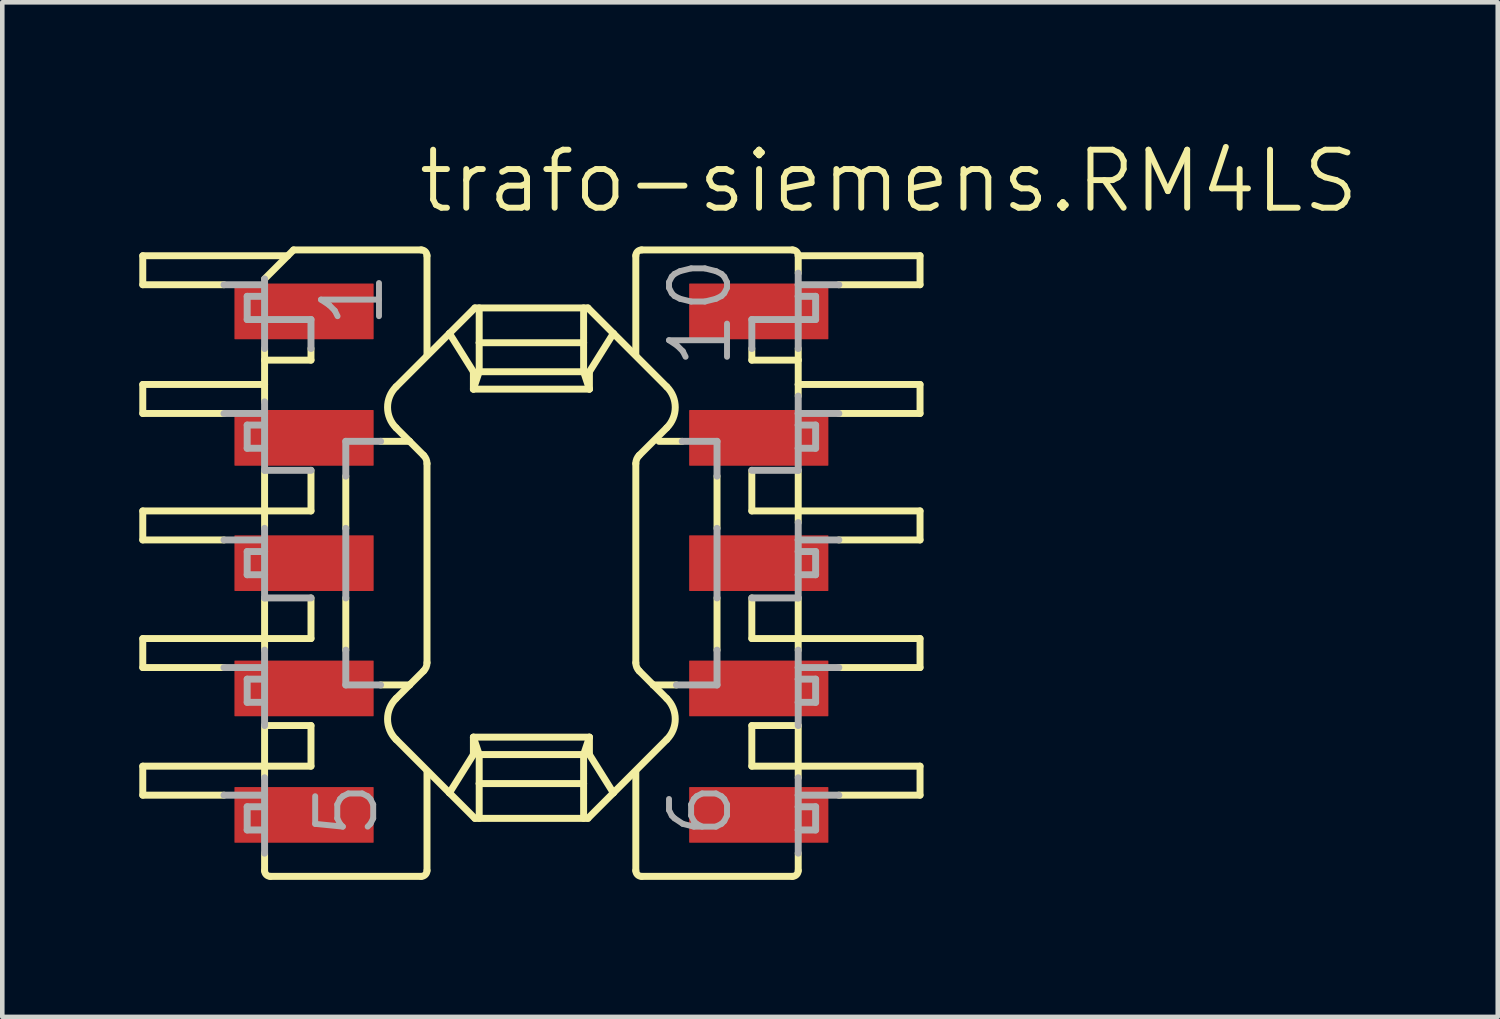
<source format=kicad_pcb>
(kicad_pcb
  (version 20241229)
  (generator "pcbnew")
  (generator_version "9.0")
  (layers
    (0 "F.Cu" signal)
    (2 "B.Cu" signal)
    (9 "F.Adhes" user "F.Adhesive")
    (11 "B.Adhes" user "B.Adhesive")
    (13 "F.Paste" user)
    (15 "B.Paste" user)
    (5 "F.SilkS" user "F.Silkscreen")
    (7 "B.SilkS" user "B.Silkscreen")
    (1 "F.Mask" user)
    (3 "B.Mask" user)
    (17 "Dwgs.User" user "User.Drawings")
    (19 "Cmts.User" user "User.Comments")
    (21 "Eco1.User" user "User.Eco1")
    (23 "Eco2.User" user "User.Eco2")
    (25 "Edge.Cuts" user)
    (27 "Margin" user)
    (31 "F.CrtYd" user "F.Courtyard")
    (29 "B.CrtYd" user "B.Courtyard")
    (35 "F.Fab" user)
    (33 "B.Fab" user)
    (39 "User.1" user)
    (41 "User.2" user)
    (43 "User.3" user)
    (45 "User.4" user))
  (footprint "trafo-siemens.RM4LS"
    (layer "F.Cu")
    (at 8.585 9.28)
    (property "Reference" "trafo-siemens.RM4LS" (at -2.54 -7.62 0) (layer "F.SilkS") (effects (font (size 1.27 1.27) (thickness 0.13)) (justify left bottom)))
    (attr smd)
    (fp_line (start -8.509 -6.731) (end -5.334 -6.731) (stroke (width 0.152) (type default)) (layer "F.SilkS"))
    (fp_line (start -8.509 -6.096) (end -8.509 -6.731) (stroke (width 0.152) (type default)) (layer "F.SilkS"))
    (fp_line (start -8.509 -6.096) (end -6.731 -6.096) (stroke (width 0.152) (type default)) (layer "F.SilkS"))
    (fp_line (start -8.509 -3.912) (end -5.842 -3.912) (stroke (width 0.152) (type default)) (layer "F.SilkS"))
    (fp_line (start -8.509 -3.277) (end -8.509 -3.912) (stroke (width 0.152) (type default)) (layer "F.SilkS"))
    (fp_line (start -8.509 -3.277) (end -6.731 -3.277) (stroke (width 0.152) (type default)) (layer "F.SilkS"))
    (fp_line (start -8.509 -1.143) (end -5.842 -1.143) (stroke (width 0.152) (type default)) (layer "F.SilkS"))
    (fp_line (start -8.509 -0.508) (end -8.509 -1.143) (stroke (width 0.152) (type default)) (layer "F.SilkS"))
    (fp_line (start -8.509 1.651) (end -5.842 1.651) (stroke (width 0.152) (type default)) (layer "F.SilkS"))
    (fp_line (start -8.509 2.286) (end -8.509 1.651) (stroke (width 0.152) (type default)) (layer "F.SilkS"))
    (fp_line (start -8.509 2.286) (end -6.731 2.286) (stroke (width 0.152) (type default)) (layer "F.SilkS"))
    (fp_line (start -8.509 4.445) (end -5.842 4.445) (stroke (width 0.152) (type default)) (layer "F.SilkS"))
    (fp_line (start -8.509 5.08) (end -8.509 4.445) (stroke (width 0.152) (type default)) (layer "F.SilkS"))
    (fp_line (start -8.509 5.08) (end -6.731 5.08) (stroke (width 0.152) (type default)) (layer "F.SilkS"))
    (fp_line (start -6.731 -0.508) (end -8.509 -0.508) (stroke (width 0.152) (type default)) (layer "F.SilkS"))
    (fp_line (start -5.842 -4.699) (end -5.842 -4.445) (stroke (width 0.152) (type default)) (layer "F.SilkS"))
    (fp_line (start -5.842 -4.445) (end -5.842 -3.912) (stroke (width 0.152) (type default)) (layer "F.SilkS"))
    (fp_line (start -5.842 -4.445) (end -4.826 -4.445) (stroke (width 0.152) (type default)) (layer "F.SilkS"))
    (fp_line (start -5.842 -3.531) (end -5.842 -3.912) (stroke (width 0.152) (type default)) (layer "F.SilkS"))
    (fp_line (start -5.842 -2.032) (end -5.842 -1.143) (stroke (width 0.152) (type default)) (layer "F.SilkS"))
    (fp_line (start -5.842 -1.143) (end -4.826 -1.143) (stroke (width 0.152) (type default)) (layer "F.SilkS"))
    (fp_line (start -5.842 -0.762) (end -5.842 -1.143) (stroke (width 0.152) (type default)) (layer "F.SilkS"))
    (fp_line (start -5.842 0.762) (end -5.842 1.651) (stroke (width 0.152) (type default)) (layer "F.SilkS"))
    (fp_line (start -5.842 1.651) (end -4.826 1.651) (stroke (width 0.152) (type default)) (layer "F.SilkS"))
    (fp_line (start -5.842 1.905) (end -5.842 1.651) (stroke (width 0.152) (type default)) (layer "F.SilkS"))
    (fp_line (start -5.842 3.556) (end -5.842 4.445) (stroke (width 0.152) (type default)) (layer "F.SilkS"))
    (fp_line (start -5.842 4.445) (end -4.826 4.445) (stroke (width 0.152) (type default)) (layer "F.SilkS"))
    (fp_line (start -5.842 4.699) (end -5.842 4.445) (stroke (width 0.152) (type default)) (layer "F.SilkS"))
    (fp_line (start -5.842 6.731) (end -5.842 6.35) (stroke (width 0.152) (type default)) (layer "F.SilkS"))
    (fp_line (start -5.715 6.858) (end -2.413 6.858) (stroke (width 0.152) (type default)) (layer "F.SilkS"))
    (fp_line (start -5.207 -6.858) (end -5.842 -6.223) (stroke (width 0.152) (type default)) (layer "F.SilkS"))
    (fp_line (start -4.826 -4.445) (end -4.826 -4.699) (stroke (width 0.152) (type default)) (layer "F.SilkS"))
    (fp_line (start -4.826 -1.143) (end -4.826 -2.032) (stroke (width 0.152) (type default)) (layer "F.SilkS"))
    (fp_line (start -4.826 1.651) (end -4.826 0.762) (stroke (width 0.152) (type default)) (layer "F.SilkS"))
    (fp_line (start -4.826 3.556) (end -5.842 3.556) (stroke (width 0.152) (type default)) (layer "F.SilkS"))
    (fp_line (start -4.826 4.445) (end -4.826 3.556) (stroke (width 0.152) (type default)) (layer "F.SilkS"))
    (fp_line (start -4.064 -1.905) (end -4.064 -0.762) (stroke (width 0.152) (type default)) (layer "F.SilkS"))
    (fp_line (start -4.064 0.762) (end -4.064 1.905) (stroke (width 0.152) (type default)) (layer "F.SilkS"))
    (fp_line (start -3.302 -2.667) (end -2.667 -2.667) (stroke (width 0.152) (type default)) (layer "F.SilkS"))
    (fp_line (start -3.302 2.667) (end -2.667 2.667) (stroke (width 0.152) (type default)) (layer "F.SilkS"))
    (fp_line (start -2.963 3.861) (end -1.795 5.03) (stroke (width 0.152) (type default)) (layer "F.SilkS"))
    (fp_line (start -2.667 -2.667) (end -2.963 -2.963) (stroke (width 0.152) (type default)) (layer "F.SilkS"))
    (fp_line (start -2.667 2.667) (end -2.963 2.963) (stroke (width 0.152) (type default)) (layer "F.SilkS"))
    (fp_line (start -2.413 -6.858) (end -5.207 -6.858) (stroke (width 0.152) (type default)) (layer "F.SilkS"))
    (fp_line (start -2.36 -2.36) (end -2.667 -2.667) (stroke (width 0.152) (type default)) (layer "F.SilkS"))
    (fp_line (start -2.36 2.36) (end -2.667 2.667) (stroke (width 0.152) (type default)) (layer "F.SilkS"))
    (fp_line (start -2.286 -4.572) (end -2.286 -6.731) (stroke (width 0.152) (type default)) (layer "F.SilkS"))
    (fp_line (start -2.286 2.181) (end -2.286 -2.181) (stroke (width 0.152) (type default)) (layer "F.SilkS"))
    (fp_line (start -2.286 6.731) (end -2.286 4.572) (stroke (width 0.152) (type default)) (layer "F.SilkS"))
    (fp_line (start -1.795 -5.03) (end -2.963 -3.861) (stroke (width 0.152) (type default)) (layer "F.SilkS"))
    (fp_line (start -1.795 -5.03) (end -1.27 -4.191) (stroke (width 0.152) (type default)) (layer "F.SilkS"))
    (fp_line (start -1.795 5.03) (end -1.27 4.191) (stroke (width 0.152) (type default)) (layer "F.SilkS"))
    (fp_line (start -1.795 5.03) (end -1.237 5.588) (stroke (width 0.152) (type default)) (layer "F.SilkS"))
    (fp_line (start -1.27 -3.81) (end -1.27 -4.191) (stroke (width 0.152) (type default)) (layer "F.SilkS"))
    (fp_line (start -1.27 -3.81) (end 1.27 -3.81) (stroke (width 0.152) (type default)) (layer "F.SilkS"))
    (fp_line (start -1.27 3.81) (end -1.27 4.191) (stroke (width 0.152) (type default)) (layer "F.SilkS"))
    (fp_line (start -1.27 3.81) (end 1.27 3.81) (stroke (width 0.152) (type default)) (layer "F.SilkS"))
    (fp_line (start -1.237 -5.588) (end -1.795 -5.03) (stroke (width 0.152) (type default)) (layer "F.SilkS"))
    (fp_line (start -1.143 -5.588) (end -1.143 -4.826) (stroke (width 0.152) (type default)) (layer "F.SilkS"))
    (fp_line (start -1.143 -4.826) (end -1.143 -4.191) (stroke (width 0.152) (type default)) (layer "F.SilkS"))
    (fp_line (start -1.143 -4.826) (end 1.143 -4.826) (stroke (width 0.152) (type default)) (layer "F.SilkS"))
    (fp_line (start -1.143 -4.191) (end -1.27 -3.81) (stroke (width 0.152) (type default)) (layer "F.SilkS"))
    (fp_line (start -1.143 -4.191) (end 1.143 -4.191) (stroke (width 0.152) (type default)) (layer "F.SilkS"))
    (fp_line (start -1.143 4.191) (end -1.27 3.81) (stroke (width 0.152) (type default)) (layer "F.SilkS"))
    (fp_line (start -1.143 4.191) (end 1.143 4.191) (stroke (width 0.152) (type default)) (layer "F.SilkS"))
    (fp_line (start -1.143 4.826) (end -1.143 4.191) (stroke (width 0.152) (type default)) (layer "F.SilkS"))
    (fp_line (start -1.143 4.826) (end 1.143 4.826) (stroke (width 0.152) (type default)) (layer "F.SilkS"))
    (fp_line (start -1.143 5.588) (end -1.143 4.826) (stroke (width 0.152) (type default)) (layer "F.SilkS"))
    (fp_line (start 1.143 -4.826) (end 1.143 -5.588) (stroke (width 0.152) (type default)) (layer "F.SilkS"))
    (fp_line (start 1.143 -4.191) (end 1.143 -4.826) (stroke (width 0.152) (type default)) (layer "F.SilkS"))
    (fp_line (start 1.143 -4.191) (end 1.27 -3.81) (stroke (width 0.152) (type default)) (layer "F.SilkS"))
    (fp_line (start 1.143 4.191) (end 1.143 4.826) (stroke (width 0.152) (type default)) (layer "F.SilkS"))
    (fp_line (start 1.143 4.191) (end 1.27 3.81) (stroke (width 0.152) (type default)) (layer "F.SilkS"))
    (fp_line (start 1.143 4.826) (end 1.143 5.588) (stroke (width 0.152) (type default)) (layer "F.SilkS"))
    (fp_line (start 1.237 -5.588) (end -1.237 -5.588) (stroke (width 0.152) (type default)) (layer "F.SilkS"))
    (fp_line (start 1.237 -5.588) (end 1.795 -5.03) (stroke (width 0.152) (type default)) (layer "F.SilkS"))
    (fp_line (start 1.237 5.588) (end -1.237 5.588) (stroke (width 0.152) (type default)) (layer "F.SilkS"))
    (fp_line (start 1.27 -3.81) (end 1.27 -4.191) (stroke (width 0.152) (type default)) (layer "F.SilkS"))
    (fp_line (start 1.27 3.81) (end 1.27 4.191) (stroke (width 0.152) (type default)) (layer "F.SilkS"))
    (fp_line (start 1.795 -5.03) (end 1.27 -4.191) (stroke (width 0.152) (type default)) (layer "F.SilkS"))
    (fp_line (start 1.795 -5.03) (end 2.963 -3.861) (stroke (width 0.152) (type default)) (layer "F.SilkS"))
    (fp_line (start 1.795 5.03) (end 1.237 5.588) (stroke (width 0.152) (type default)) (layer "F.SilkS"))
    (fp_line (start 1.795 5.03) (end 1.27 4.191) (stroke (width 0.152) (type default)) (layer "F.SilkS"))
    (fp_line (start 2.286 -4.572) (end 2.286 -6.731) (stroke (width 0.152) (type default)) (layer "F.SilkS"))
    (fp_line (start 2.286 2.181) (end 2.286 -2.181) (stroke (width 0.152) (type default)) (layer "F.SilkS"))
    (fp_line (start 2.286 6.731) (end 2.286 4.572) (stroke (width 0.152) (type default)) (layer "F.SilkS"))
    (fp_line (start 2.413 6.858) (end 5.715 6.858) (stroke (width 0.152) (type default)) (layer "F.SilkS"))
    (fp_line (start 2.667 2.667) (end 2.36 2.36) (stroke (width 0.152) (type default)) (layer "F.SilkS"))
    (fp_line (start 2.963 -2.963) (end 2.36 -2.36) (stroke (width 0.152) (type default)) (layer "F.SilkS"))
    (fp_line (start 2.963 2.963) (end 2.667 2.667) (stroke (width 0.152) (type default)) (layer "F.SilkS"))
    (fp_line (start 2.963 3.861) (end 1.795 5.03) (stroke (width 0.152) (type default)) (layer "F.SilkS"))
    (fp_line (start 3.175 2.667) (end 2.667 2.667) (stroke (width 0.152) (type default)) (layer "F.SilkS"))
    (fp_line (start 3.302 -2.667) (end 2.794 -2.667) (stroke (width 0.152) (type default)) (layer "F.SilkS"))
    (fp_line (start 4.064 -1.905) (end 4.064 -0.762) (stroke (width 0.152) (type default)) (layer "F.SilkS"))
    (fp_line (start 4.064 0.762) (end 4.064 1.905) (stroke (width 0.152) (type default)) (layer "F.SilkS"))
    (fp_line (start 4.826 -4.699) (end 4.826 -4.445) (stroke (width 0.152) (type default)) (layer "F.SilkS"))
    (fp_line (start 4.826 -1.143) (end 4.826 -2.032) (stroke (width 0.152) (type default)) (layer "F.SilkS"))
    (fp_line (start 4.826 1.651) (end 4.826 0.762) (stroke (width 0.152) (type default)) (layer "F.SilkS"))
    (fp_line (start 4.826 3.556) (end 5.842 3.556) (stroke (width 0.152) (type default)) (layer "F.SilkS"))
    (fp_line (start 4.826 4.445) (end 4.826 3.556) (stroke (width 0.152) (type default)) (layer "F.SilkS"))
    (fp_line (start 5.715 -6.858) (end 2.413 -6.858) (stroke (width 0.152) (type default)) (layer "F.SilkS"))
    (fp_line (start 5.842 -6.731) (end 8.509 -6.731) (stroke (width 0.152) (type default)) (layer "F.SilkS"))
    (fp_line (start 5.842 -6.35) (end 5.842 -6.731) (stroke (width 0.152) (type default)) (layer "F.SilkS"))
    (fp_line (start 5.842 -4.445) (end 4.826 -4.445) (stroke (width 0.152) (type default)) (layer "F.SilkS"))
    (fp_line (start 5.842 -4.445) (end 5.842 -4.699) (stroke (width 0.152) (type default)) (layer "F.SilkS"))
    (fp_line (start 5.842 -3.912) (end 5.842 -4.445) (stroke (width 0.152) (type default)) (layer "F.SilkS"))
    (fp_line (start 5.842 -3.658) (end 5.842 -3.912) (stroke (width 0.152) (type default)) (layer "F.SilkS"))
    (fp_line (start 5.842 -1.143) (end 4.826 -1.143) (stroke (width 0.152) (type default)) (layer "F.SilkS"))
    (fp_line (start 5.842 -1.143) (end 5.842 -2.032) (stroke (width 0.152) (type default)) (layer "F.SilkS"))
    (fp_line (start 5.842 -0.889) (end 5.842 -1.143) (stroke (width 0.152) (type default)) (layer "F.SilkS"))
    (fp_line (start 5.842 1.651) (end 4.826 1.651) (stroke (width 0.152) (type default)) (layer "F.SilkS"))
    (fp_line (start 5.842 1.651) (end 5.842 0.762) (stroke (width 0.152) (type default)) (layer "F.SilkS"))
    (fp_line (start 5.842 1.905) (end 5.842 1.651) (stroke (width 0.152) (type default)) (layer "F.SilkS"))
    (fp_line (start 5.842 4.445) (end 4.826 4.445) (stroke (width 0.152) (type default)) (layer "F.SilkS"))
    (fp_line (start 5.842 4.445) (end 5.842 3.556) (stroke (width 0.152) (type default)) (layer "F.SilkS"))
    (fp_line (start 5.842 4.699) (end 5.842 4.445) (stroke (width 0.152) (type default)) (layer "F.SilkS"))
    (fp_line (start 5.842 6.731) (end 5.842 6.35) (stroke (width 0.152) (type default)) (layer "F.SilkS"))
    (fp_line (start 6.731 -6.096) (end 8.509 -6.096) (stroke (width 0.152) (type default)) (layer "F.SilkS"))
    (fp_line (start 6.731 -3.277) (end 8.509 -3.277) (stroke (width 0.152) (type default)) (layer "F.SilkS"))
    (fp_line (start 6.731 -0.508) (end 8.509 -0.508) (stroke (width 0.152) (type default)) (layer "F.SilkS"))
    (fp_line (start 6.731 2.286) (end 8.509 2.286) (stroke (width 0.152) (type default)) (layer "F.SilkS"))
    (fp_line (start 8.509 -6.096) (end 8.509 -6.731) (stroke (width 0.152) (type default)) (layer "F.SilkS"))
    (fp_line (start 8.509 -3.912) (end 5.842 -3.912) (stroke (width 0.152) (type default)) (layer "F.SilkS"))
    (fp_line (start 8.509 -3.277) (end 8.509 -3.912) (stroke (width 0.152) (type default)) (layer "F.SilkS"))
    (fp_line (start 8.509 -1.143) (end 5.842 -1.143) (stroke (width 0.152) (type default)) (layer "F.SilkS"))
    (fp_line (start 8.509 -0.508) (end 8.509 -1.143) (stroke (width 0.152) (type default)) (layer "F.SilkS"))
    (fp_line (start 8.509 1.651) (end 5.842 1.651) (stroke (width 0.152) (type default)) (layer "F.SilkS"))
    (fp_line (start 8.509 2.286) (end 8.509 1.651) (stroke (width 0.152) (type default)) (layer "F.SilkS"))
    (fp_line (start 8.509 4.445) (end 5.842 4.445) (stroke (width 0.152) (type default)) (layer "F.SilkS"))
    (fp_line (start 8.509 5.08) (end 6.731 5.08) (stroke (width 0.152) (type default)) (layer "F.SilkS"))
    (fp_line (start 8.509 5.08) (end 8.509 4.445) (stroke (width 0.152) (type default)) (layer "F.SilkS"))
    (fp_arc (start -5.715 6.858) (mid -5.804803 6.820803) (end -5.842 6.731) (stroke (width 0.1524) (type default)) (layer "F.SilkS"))
    (fp_arc (start -2.9635 -2.9635) (mid -3.149482 -3.4125) (end -2.9635 -3.8615) (stroke (width 0.1524) (type default)) (layer "F.SilkS"))
    (fp_arc (start -2.9635 3.8615) (mid -3.149482 3.4125) (end -2.9635 2.9635) (stroke (width 0.1524) (type default)) (layer "F.SilkS"))
    (fp_arc (start -2.413 -6.858) (mid -2.323197 -6.820803) (end -2.286 -6.731) (stroke (width 0.1524) (type default)) (layer "F.SilkS"))
    (fp_arc (start -2.3604 -2.3604) (mid -2.305292 -2.278008) (end -2.2859 -2.1808) (stroke (width 0.1524) (type default)) (layer "F.SilkS"))
    (fp_arc (start -2.286 6.731) (mid -2.323197 6.820803) (end -2.413 6.858) (stroke (width 0.1524) (type default)) (layer "F.SilkS"))
    (fp_arc (start -2.2858 2.1808) (mid -2.305246 2.278016) (end -2.3604 2.3604) (stroke (width 0.1524) (type default)) (layer "F.SilkS"))
    (fp_arc (start 2.286 -6.731) (mid 2.323197 -6.820803) (end 2.413 -6.858) (stroke (width 0.1524) (type default)) (layer "F.SilkS"))
    (fp_arc (start 2.286 -2.1808) (mid 2.305338 -2.277999) (end 2.3604 -2.3604) (stroke (width 0.1524) (type default)) (layer "F.SilkS"))
    (fp_arc (start 2.3604 2.3604) (mid 2.305338 2.277999) (end 2.286 2.1808) (stroke (width 0.1524) (type default)) (layer "F.SilkS"))
    (fp_arc (start 2.413 6.858) (mid 2.323197 6.820803) (end 2.286 6.731) (stroke (width 0.1524) (type default)) (layer "F.SilkS"))
    (fp_arc (start 2.9635 -3.8615) (mid 3.149482 -3.4125) (end 2.9635 -2.9635) (stroke (width 0.1524) (type default)) (layer "F.SilkS"))
    (fp_arc (start 2.9635 2.9635) (mid 3.149482 3.4125) (end 2.9635 3.8615) (stroke (width 0.1524) (type default)) (layer "F.SilkS"))
    (fp_arc (start 5.715 -6.858) (mid 5.804803 -6.820803) (end 5.842 -6.731) (stroke (width 0.1524) (type default)) (layer "F.SilkS"))
    (fp_arc (start 5.842 6.731) (mid 5.804803 6.820803) (end 5.715 6.858) (stroke (width 0.1524) (type default)) (layer "F.SilkS"))
    (fp_line (start -6.223 -5.842) (end -5.842 -5.842) (stroke (width 0.152) (type default)) (layer "F.Fab"))
    (fp_line (start -6.223 -5.334) (end -6.223 -5.842) (stroke (width 0.152) (type default)) (layer "F.Fab"))
    (fp_line (start -6.223 -5.334) (end -5.842 -5.334) (stroke (width 0.152) (type default)) (layer "F.Fab"))
    (fp_line (start -6.223 -3.023) (end -5.842 -3.023) (stroke (width 0.152) (type default)) (layer "F.Fab"))
    (fp_line (start -6.223 -2.515) (end -6.223 -3.023) (stroke (width 0.152) (type default)) (layer "F.Fab"))
    (fp_line (start -6.223 -2.515) (end -5.842 -2.515) (stroke (width 0.152) (type default)) (layer "F.Fab"))
    (fp_line (start -6.223 -0.254) (end -5.842 -0.254) (stroke (width 0.152) (type default)) (layer "F.Fab"))
    (fp_line (start -6.223 0.254) (end -6.223 -0.254) (stroke (width 0.152) (type default)) (layer "F.Fab"))
    (fp_line (start -6.223 0.254) (end -5.842 0.254) (stroke (width 0.152) (type default)) (layer "F.Fab"))
    (fp_line (start -6.223 2.54) (end -5.842 2.54) (stroke (width 0.152) (type default)) (layer "F.Fab"))
    (fp_line (start -6.223 3.048) (end -6.223 2.54) (stroke (width 0.152) (type default)) (layer "F.Fab"))
    (fp_line (start -6.223 3.048) (end -5.842 3.048) (stroke (width 0.152) (type default)) (layer "F.Fab"))
    (fp_line (start -6.223 5.334) (end -5.842 5.334) (stroke (width 0.152) (type default)) (layer "F.Fab"))
    (fp_line (start -6.223 5.842) (end -6.223 5.334) (stroke (width 0.152) (type default)) (layer "F.Fab"))
    (fp_line (start -6.223 5.842) (end -5.842 5.842) (stroke (width 0.152) (type default)) (layer "F.Fab"))
    (fp_line (start -5.842 -6.223) (end -5.842 -6.096) (stroke (width 0.152) (type default)) (layer "F.Fab"))
    (fp_line (start -5.842 -6.096) (end -6.731 -6.096) (stroke (width 0.152) (type default)) (layer "F.Fab"))
    (fp_line (start -5.842 -6.096) (end -5.842 -5.842) (stroke (width 0.152) (type default)) (layer "F.Fab"))
    (fp_line (start -5.842 -5.842) (end -5.842 -5.334) (stroke (width 0.152) (type default)) (layer "F.Fab"))
    (fp_line (start -5.842 -5.334) (end -5.842 -4.699) (stroke (width 0.152) (type default)) (layer "F.Fab"))
    (fp_line (start -5.842 -3.531) (end -5.842 -3.277) (stroke (width 0.152) (type default)) (layer "F.Fab"))
    (fp_line (start -5.842 -3.277) (end -6.731 -3.277) (stroke (width 0.152) (type default)) (layer "F.Fab"))
    (fp_line (start -5.842 -3.277) (end -5.842 -3.023) (stroke (width 0.152) (type default)) (layer "F.Fab"))
    (fp_line (start -5.842 -3.023) (end -5.842 -2.515) (stroke (width 0.152) (type default)) (layer "F.Fab"))
    (fp_line (start -5.842 -2.515) (end -5.842 -2.032) (stroke (width 0.152) (type default)) (layer "F.Fab"))
    (fp_line (start -5.842 -0.762) (end -5.842 -0.508) (stroke (width 0.152) (type default)) (layer "F.Fab"))
    (fp_line (start -5.842 -0.508) (end -6.731 -0.508) (stroke (width 0.152) (type default)) (layer "F.Fab"))
    (fp_line (start -5.842 -0.508) (end -5.842 -0.254) (stroke (width 0.152) (type default)) (layer "F.Fab"))
    (fp_line (start -5.842 -0.254) (end -5.842 0.254) (stroke (width 0.152) (type default)) (layer "F.Fab"))
    (fp_line (start -5.842 0.254) (end -5.842 0.762) (stroke (width 0.152) (type default)) (layer "F.Fab"))
    (fp_line (start -5.842 1.905) (end -5.842 2.286) (stroke (width 0.152) (type default)) (layer "F.Fab"))
    (fp_line (start -5.842 2.286) (end -6.731 2.286) (stroke (width 0.152) (type default)) (layer "F.Fab"))
    (fp_line (start -5.842 2.286) (end -5.842 2.54) (stroke (width 0.152) (type default)) (layer "F.Fab"))
    (fp_line (start -5.842 2.54) (end -5.842 3.048) (stroke (width 0.152) (type default)) (layer "F.Fab"))
    (fp_line (start -5.842 3.048) (end -5.842 3.556) (stroke (width 0.152) (type default)) (layer "F.Fab"))
    (fp_line (start -5.842 4.699) (end -5.842 5.08) (stroke (width 0.152) (type default)) (layer "F.Fab"))
    (fp_line (start -5.842 5.08) (end -6.731 5.08) (stroke (width 0.152) (type default)) (layer "F.Fab"))
    (fp_line (start -5.842 5.08) (end -5.842 5.334) (stroke (width 0.152) (type default)) (layer "F.Fab"))
    (fp_line (start -5.842 5.334) (end -5.842 5.842) (stroke (width 0.152) (type default)) (layer "F.Fab"))
    (fp_line (start -5.842 5.842) (end -5.842 6.35) (stroke (width 0.152) (type default)) (layer "F.Fab"))
    (fp_line (start -4.826 -5.334) (end -5.842 -5.334) (stroke (width 0.152) (type default)) (layer "F.Fab"))
    (fp_line (start -4.826 -4.699) (end -4.826 -5.334) (stroke (width 0.152) (type default)) (layer "F.Fab"))
    (fp_line (start -4.826 -2.032) (end -5.842 -2.032) (stroke (width 0.152) (type default)) (layer "F.Fab"))
    (fp_line (start -4.826 0.762) (end -5.842 0.762) (stroke (width 0.152) (type default)) (layer "F.Fab"))
    (fp_line (start -4.064 -2.667) (end -3.302 -2.667) (stroke (width 0.152) (type default)) (layer "F.Fab"))
    (fp_line (start -4.064 -1.905) (end -4.064 -2.667) (stroke (width 0.152) (type default)) (layer "F.Fab"))
    (fp_line (start -4.064 -0.762) (end -4.064 0.762) (stroke (width 0.152) (type default)) (layer "F.Fab"))
    (fp_line (start -4.064 2.667) (end -4.064 1.905) (stroke (width 0.152) (type default)) (layer "F.Fab"))
    (fp_line (start -3.302 2.667) (end -4.064 2.667) (stroke (width 0.152) (type default)) (layer "F.Fab"))
    (fp_line (start 3.175 2.667) (end 4.064 2.667) (stroke (width 0.152) (type default)) (layer "F.Fab"))
    (fp_line (start 3.302 -2.667) (end 4.064 -2.667) (stroke (width 0.152) (type default)) (layer "F.Fab"))
    (fp_line (start 4.064 -2.667) (end 4.064 -1.905) (stroke (width 0.152) (type default)) (layer "F.Fab"))
    (fp_line (start 4.064 -0.762) (end 4.064 0.762) (stroke (width 0.152) (type default)) (layer "F.Fab"))
    (fp_line (start 4.064 2.667) (end 4.064 1.905) (stroke (width 0.152) (type default)) (layer "F.Fab"))
    (fp_line (start 4.826 -5.334) (end 5.842 -5.334) (stroke (width 0.152) (type default)) (layer "F.Fab"))
    (fp_line (start 4.826 -4.699) (end 4.826 -5.334) (stroke (width 0.152) (type default)) (layer "F.Fab"))
    (fp_line (start 4.826 -2.032) (end 5.842 -2.032) (stroke (width 0.152) (type default)) (layer "F.Fab"))
    (fp_line (start 4.826 0.762) (end 5.842 0.762) (stroke (width 0.152) (type default)) (layer "F.Fab"))
    (fp_line (start 5.842 -6.096) (end 5.842 -6.35) (stroke (width 0.152) (type default)) (layer "F.Fab"))
    (fp_line (start 5.842 -6.096) (end 6.731 -6.096) (stroke (width 0.152) (type default)) (layer "F.Fab"))
    (fp_line (start 5.842 -5.842) (end 5.842 -6.096) (stroke (width 0.152) (type default)) (layer "F.Fab"))
    (fp_line (start 5.842 -5.334) (end 5.842 -5.842) (stroke (width 0.152) (type default)) (layer "F.Fab"))
    (fp_line (start 5.842 -4.699) (end 5.842 -5.334) (stroke (width 0.152) (type default)) (layer "F.Fab"))
    (fp_line (start 5.842 -3.277) (end 5.842 -3.658) (stroke (width 0.152) (type default)) (layer "F.Fab"))
    (fp_line (start 5.842 -3.277) (end 6.731 -3.277) (stroke (width 0.152) (type default)) (layer "F.Fab"))
    (fp_line (start 5.842 -3.023) (end 5.842 -3.277) (stroke (width 0.152) (type default)) (layer "F.Fab"))
    (fp_line (start 5.842 -2.515) (end 5.842 -3.023) (stroke (width 0.152) (type default)) (layer "F.Fab"))
    (fp_line (start 5.842 -2.032) (end 5.842 -2.515) (stroke (width 0.152) (type default)) (layer "F.Fab"))
    (fp_line (start 5.842 -0.508) (end 5.842 -0.889) (stroke (width 0.152) (type default)) (layer "F.Fab"))
    (fp_line (start 5.842 -0.508) (end 6.731 -0.508) (stroke (width 0.152) (type default)) (layer "F.Fab"))
    (fp_line (start 5.842 -0.254) (end 5.842 -0.508) (stroke (width 0.152) (type default)) (layer "F.Fab"))
    (fp_line (start 5.842 0.254) (end 5.842 -0.254) (stroke (width 0.152) (type default)) (layer "F.Fab"))
    (fp_line (start 5.842 0.762) (end 5.842 0.254) (stroke (width 0.152) (type default)) (layer "F.Fab"))
    (fp_line (start 5.842 2.286) (end 5.842 1.905) (stroke (width 0.152) (type default)) (layer "F.Fab"))
    (fp_line (start 5.842 2.286) (end 6.731 2.286) (stroke (width 0.152) (type default)) (layer "F.Fab"))
    (fp_line (start 5.842 2.54) (end 5.842 2.286) (stroke (width 0.152) (type default)) (layer "F.Fab"))
    (fp_line (start 5.842 3.048) (end 5.842 2.54) (stroke (width 0.152) (type default)) (layer "F.Fab"))
    (fp_line (start 5.842 3.556) (end 5.842 3.048) (stroke (width 0.152) (type default)) (layer "F.Fab"))
    (fp_line (start 5.842 5.08) (end 5.842 4.699) (stroke (width 0.152) (type default)) (layer "F.Fab"))
    (fp_line (start 5.842 5.08) (end 6.731 5.08) (stroke (width 0.152) (type default)) (layer "F.Fab"))
    (fp_line (start 5.842 5.334) (end 5.842 5.08) (stroke (width 0.152) (type default)) (layer "F.Fab"))
    (fp_line (start 5.842 5.842) (end 5.842 5.334) (stroke (width 0.152) (type default)) (layer "F.Fab"))
    (fp_line (start 5.842 6.35) (end 5.842 5.842) (stroke (width 0.152) (type default)) (layer "F.Fab"))
    (fp_line (start 6.223 -5.842) (end 5.842 -5.842) (stroke (width 0.152) (type default)) (layer "F.Fab"))
    (fp_line (start 6.223 -5.334) (end 5.842 -5.334) (stroke (width 0.152) (type default)) (layer "F.Fab"))
    (fp_line (start 6.223 -5.334) (end 6.223 -5.842) (stroke (width 0.152) (type default)) (layer "F.Fab"))
    (fp_line (start 6.223 -3.023) (end 5.842 -3.023) (stroke (width 0.152) (type default)) (layer "F.Fab"))
    (fp_line (start 6.223 -2.515) (end 5.842 -2.515) (stroke (width 0.152) (type default)) (layer "F.Fab"))
    (fp_line (start 6.223 -2.515) (end 6.223 -3.023) (stroke (width 0.152) (type default)) (layer "F.Fab"))
    (fp_line (start 6.223 -0.254) (end 5.842 -0.254) (stroke (width 0.152) (type default)) (layer "F.Fab"))
    (fp_line (start 6.223 0.254) (end 5.842 0.254) (stroke (width 0.152) (type default)) (layer "F.Fab"))
    (fp_line (start 6.223 0.254) (end 6.223 -0.254) (stroke (width 0.152) (type default)) (layer "F.Fab"))
    (fp_line (start 6.223 2.54) (end 5.842 2.54) (stroke (width 0.152) (type default)) (layer "F.Fab"))
    (fp_line (start 6.223 3.048) (end 5.842 3.048) (stroke (width 0.152) (type default)) (layer "F.Fab"))
    (fp_line (start 6.223 3.048) (end 6.223 2.54) (stroke (width 0.152) (type default)) (layer "F.Fab"))
    (fp_line (start 6.223 5.334) (end 5.842 5.334) (stroke (width 0.152) (type default)) (layer "F.Fab"))
    (fp_line (start 6.223 5.842) (end 5.842 5.842) (stroke (width 0.152) (type default)) (layer "F.Fab"))
    (fp_line (start 6.223 5.842) (end 6.223 5.334) (stroke (width 0.152) (type default)) (layer "F.Fab"))
    (fp_text user "1" (at -3.175 -5.08 90) (layer "F.Fab") (effects (font (size 1.27 1.27) (thickness 0.13)) (justify left bottom)))
    (fp_text user "6" (at 4.445 6.096 90) (layer "F.Fab") (effects (font (size 1.27 1.27) (thickness 0.13)) (justify left bottom)))
    (fp_text user "5" (at -3.302 6.096 90) (layer "F.Fab") (effects (font (size 1.27 1.27) (thickness 0.13)) (justify left bottom)))
    (fp_text user "10" (at 4.445 -4.191 90) (layer "F.Fab") (effects (font (size 1.27 1.27) (thickness 0.13)) (justify left bottom)))
    (pad "1" smd roundrect (at -4.978 -5.512) (size 3.048 1.219) (layers "F.Cu" "F.Mask" "F.Paste") (roundrect_rratio 0.01))
    (pad "2" smd roundrect (at -4.978 -2.743) (size 3.048 1.219) (layers "F.Cu" "F.Mask" "F.Paste") (roundrect_rratio 0.01))
    (pad "3" smd roundrect (at -4.978 0) (size 3.048 1.219) (layers "F.Cu" "F.Mask" "F.Paste") (roundrect_rratio 0.01))
    (pad "4" smd roundrect (at -4.978 2.743) (size 3.048 1.219) (layers "F.Cu" "F.Mask" "F.Paste") (roundrect_rratio 0.01))
    (pad "5" smd roundrect (at -4.978 5.512) (size 3.048 1.219) (layers "F.Cu" "F.Mask" "F.Paste") (roundrect_rratio 0.01))
    (pad "6" smd roundrect (at 4.978 5.512) (size 3.048 1.219) (layers "F.Cu" "F.Mask" "F.Paste") (roundrect_rratio 0.01))
    (pad "7" smd roundrect (at 4.978 2.743) (size 3.048 1.219) (layers "F.Cu" "F.Mask" "F.Paste") (roundrect_rratio 0.01))
    (pad "8" smd roundrect (at 4.978 0) (size 3.048 1.219) (layers "F.Cu" "F.Mask" "F.Paste") (roundrect_rratio 0.01))
    (pad "9" smd roundrect (at 4.978 -2.743) (size 3.048 1.219) (layers "F.Cu" "F.Mask" "F.Paste") (roundrect_rratio 0.01))
    (pad "10" smd roundrect (at 4.978 -5.512) (size 3.048 1.219) (layers "F.Cu" "F.Mask" "F.Paste") (roundrect_rratio 0.01)))
  (gr_rect
    (start -3 -3)
    (end 29.743 19.214)
    (stroke (width 0.1) (type default))
    (fill no)
    (layer "Edge.Cuts")))
</source>
